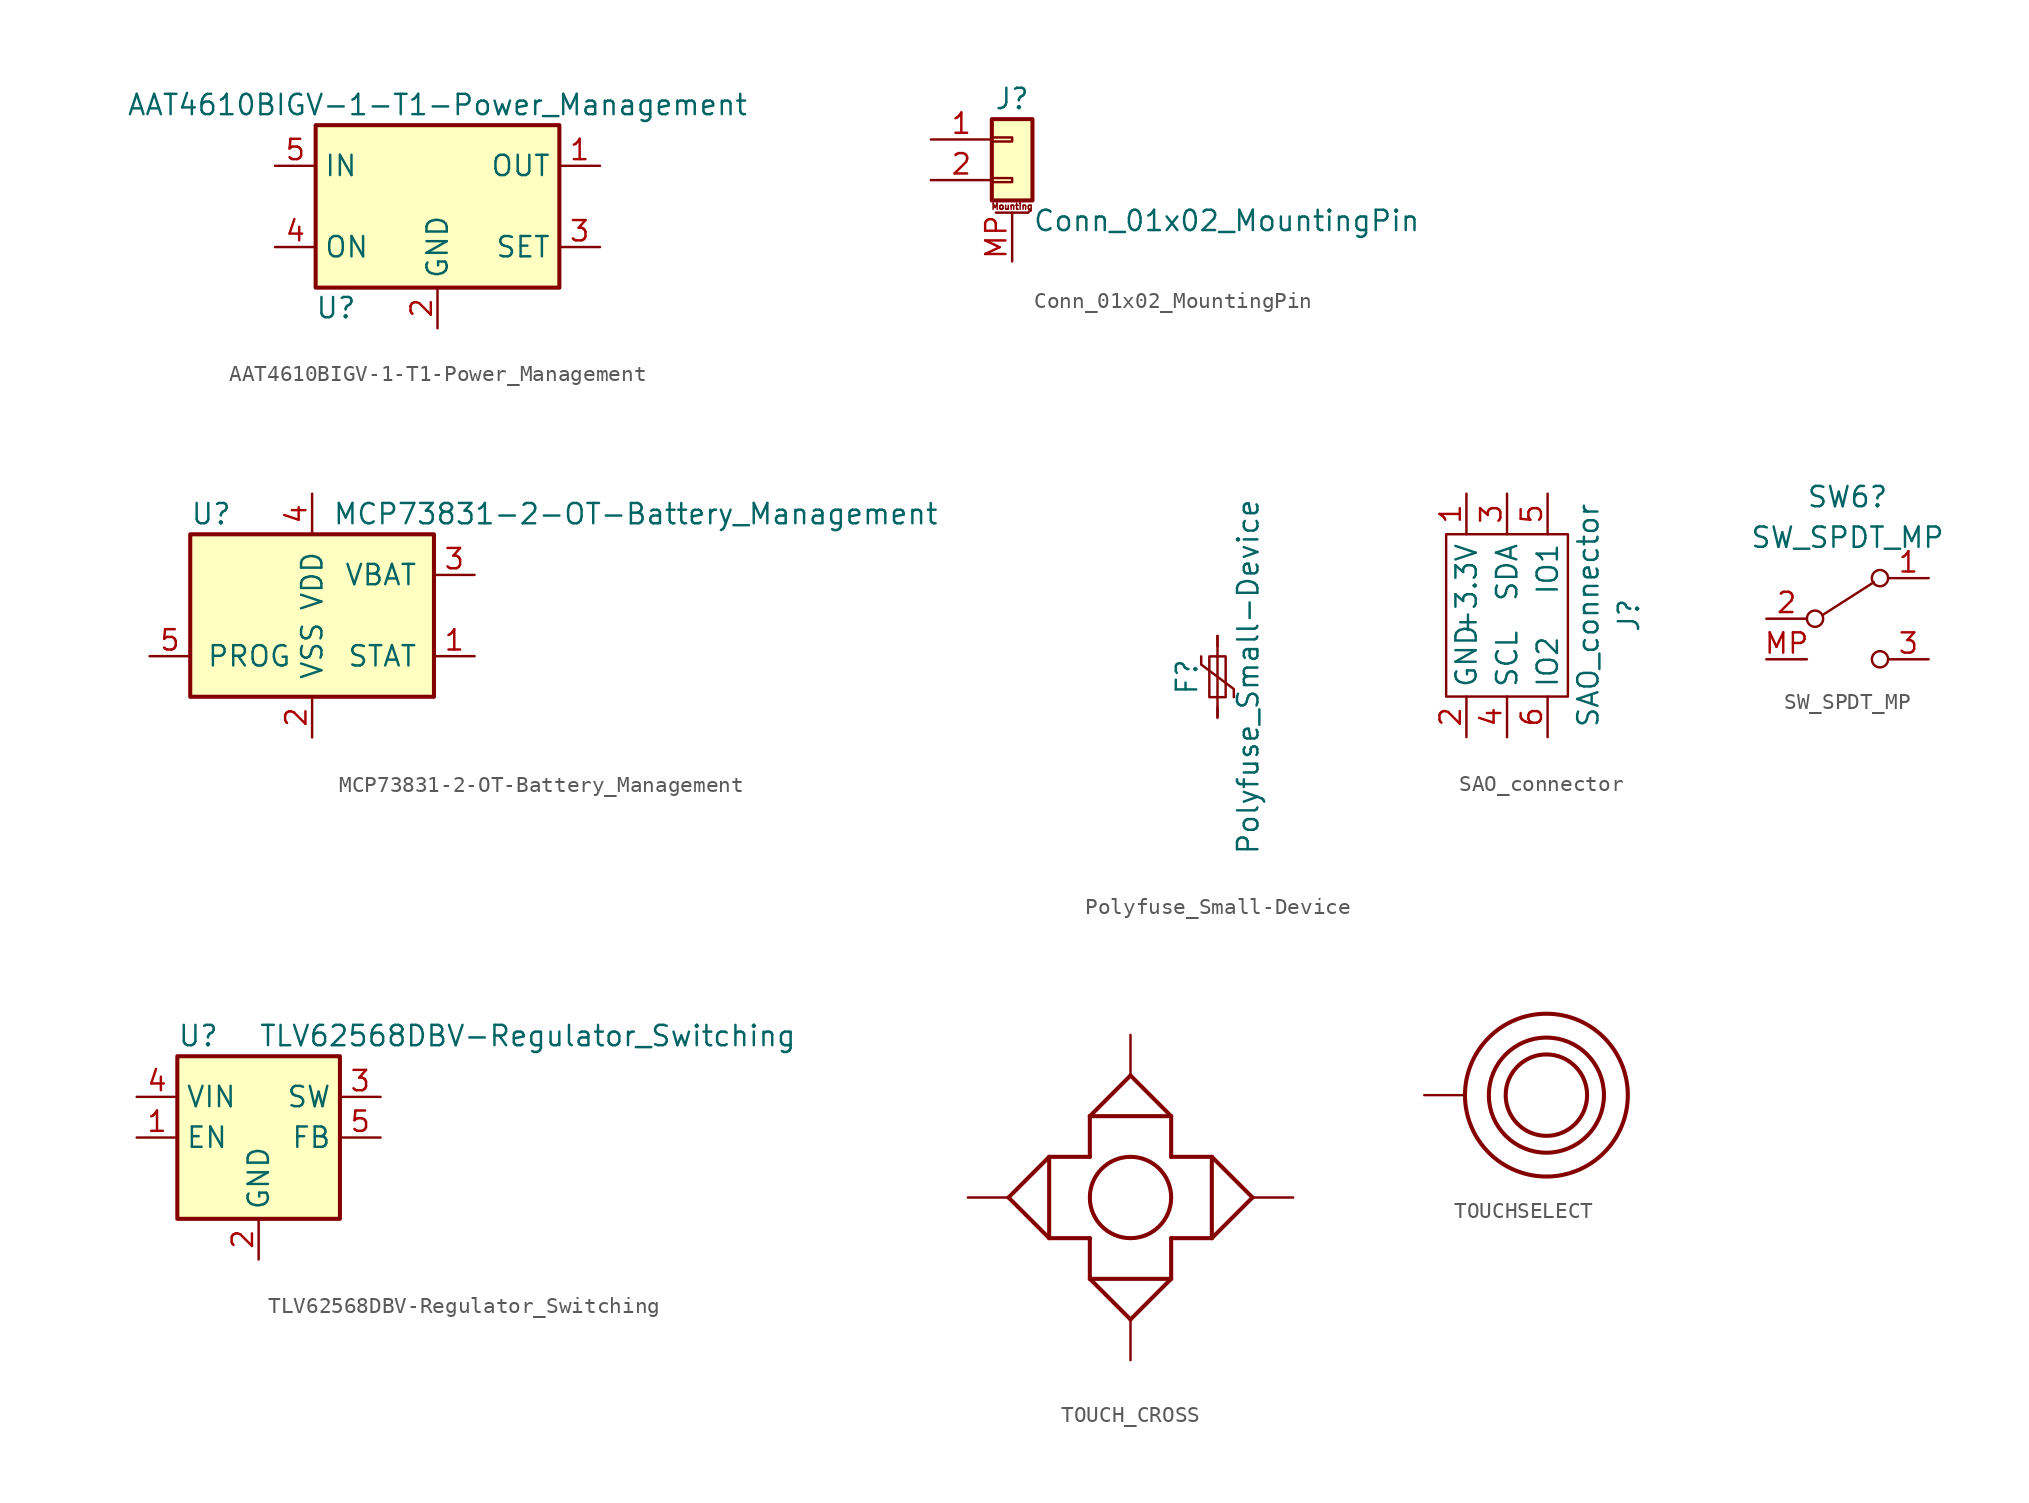
<source format=kicad_sym>
(kicad_symbol_lib
  (version 20231120)
  (generator "kicad_symbol_editor")
  (generator_version "8.0")
  (symbol "AAT4610BIGV-1-T1-Power_Management"
    (property "Reference" "U"
      (at -6.35 -6.35 0)
      (effects (font (size 1.27 1.27))))
    (property "Value" "AAT4610BIGV-1-T1-Power_Management"
      (at 0 6.35 0)
      (effects (font (size 1.27 1.27))))
    (symbol "AAT4610BIGV-1-T1-Power_Management_0_1"
      (rectangle (start -7.62 5.08) (end 7.62 -5.08) (stroke (width 0.254) (type default)) (fill (type background))))
    (symbol "AAT4610BIGV-1-T1-Power_Management_1_1"
      (pin power_out line (at 10.16 2.54 180) (length 2.54) (name "OUT" (effects (font (size 1.27 1.27)))) (number "1" (effects (font (size 1.27 1.27)))))
      (pin power_in line (at 0 -7.62 90) (length 2.54) (name "GND" (effects (font (size 1.27 1.27)))) (number "2" (effects (font (size 1.27 1.27)))))
      (pin passive line (at 10.16 -2.54 180) (length 2.54) (name "SET" (effects (font (size 1.27 1.27)))) (number "3" (effects (font (size 1.27 1.27)))))
      (pin input line (at -10.16 -2.54 0) (length 2.54) (name "ON" (effects (font (size 1.27 1.27)))) (number "4" (effects (font (size 1.27 1.27)))))
      (pin power_in line (at -10.16 2.54 0) (length 2.54) (name "IN" (effects (font (size 1.27 1.27)))) (number "5" (effects (font (size 1.27 1.27)))))))
  (symbol "Conn_01x02_MountingPin"
    (pin_names
      (offset 1.016) hide)
    (property "Reference" "J"
      (at 0 2.54 0)
      (effects (font (size 1.27 1.27))))
    (property "Value" "Conn_01x02_MountingPin"
      (at 1.27 -5.08 0)
      (effects (font (size 1.27 1.27)) (justify left)))
    (symbol "Conn_01x02_MountingPin_1_1"
      (rectangle (start -1.27 -2.413) (end 0 -2.667) (stroke (width 0.152) (type default)) (fill (type none)))
      (rectangle (start -1.27 0.127) (end 0 -0.127) (stroke (width 0.152) (type default)) (fill (type none)))
      (rectangle (start -1.27 1.27) (end 1.27 -3.81) (stroke (width 0.254) (type default)) (fill (type background)))
      (polyline (pts (xy -1.016 -4.572) (xy 1.016 -4.572)) (stroke (width 0.152) (type default)) (fill (type none)))
      (text "Mounting" (at 0 -4.191 0) (effects (font (size 0.381 0.381))))
      (pin passive line (at -5.08 0 0) (length 3.81) (name "Pin_1" (effects (font (size 1.27 1.27)))) (number "1" (effects (font (size 1.27 1.27)))))
      (pin passive line (at -5.08 -2.54 0) (length 3.81) (name "Pin_2" (effects (font (size 1.27 1.27)))) (number "2" (effects (font (size 1.27 1.27)))))
      (pin passive line (at 0 -7.62 90) (length 3.048) (name "MountPin" (effects (font (size 1.27 1.27)))) (number "MP" (effects (font (size 1.27 1.27)))))))
  (symbol "MCP73831-2-OT-Battery_Management"
    (pin_names
      (offset 1.016))
    (property "Reference" "U"
      (at -7.62 6.35 0)
      (effects (font (size 1.27 1.27)) (justify left)))
    (property "Value" "MCP73831-2-OT-Battery_Management"
      (at 1.27 6.35 0)
      (effects (font (size 1.27 1.27)) (justify left)))
    (symbol "MCP73831-2-OT-Battery_Management_0_1"
      (rectangle (start -7.62 5.08) (end 7.62 -5.08) (stroke (width 0.254) (type default)) (fill (type background))))
    (symbol "MCP73831-2-OT-Battery_Management_1_1"
      (pin output line (at 10.16 -2.54 180) (length 2.54) (name "STAT" (effects (font (size 1.27 1.27)))) (number "1" (effects (font (size 1.27 1.27)))))
      (pin power_in line (at 0 -7.62 90) (length 2.54) (name "VSS" (effects (font (size 1.27 1.27)))) (number "2" (effects (font (size 1.27 1.27)))))
      (pin power_out line (at 10.16 2.54 180) (length 2.54) (name "VBAT" (effects (font (size 1.27 1.27)))) (number "3" (effects (font (size 1.27 1.27)))))
      (pin power_in line (at 0 7.62 270) (length 2.54) (name "VDD" (effects (font (size 1.27 1.27)))) (number "4" (effects (font (size 1.27 1.27)))))
      (pin input line (at -10.16 -2.54 0) (length 2.54) (name "PROG" (effects (font (size 1.27 1.27)))) (number "5" (effects (font (size 1.27 1.27)))))))
  (symbol "Polyfuse_Small-Device"
    (pin_numbers hide)
    (pin_names
      (offset 0))
    (property "Reference" "F"
      (at -1.905 0 90)
      (effects (font (size 1.27 1.27))))
    (property "Value" "Polyfuse_Small-Device"
      (at 1.905 0 90)
      (effects (font (size 1.27 1.27))))
    (symbol "Polyfuse_Small-Device_0_1"
      (rectangle (start -0.508 1.27) (end 0.508 -1.27) (stroke (width 0) (type default)) (fill (type none)))
      (polyline (pts (xy 0 2.54) (xy 0 -2.54)) (stroke (width 0) (type default)) (fill (type none)))
      (polyline (pts (xy -1.016 1.27) (xy -1.016 0.762) (xy 1.016 -0.762) (xy 1.016 -1.27)) (stroke (width 0) (type default)) (fill (type none))))
    (symbol "Polyfuse_Small-Device_1_1"
      (pin passive line (at 0 2.54 270) (length 0.635) (name "~" (effects (font (size 1.27 1.27)))) (number "1" (effects (font (size 1.27 1.27)))))
      (pin passive line (at 0 -2.54 90) (length 0.635) (name "~" (effects (font (size 1.27 1.27)))) (number "2" (effects (font (size 1.27 1.27)))))))
  (symbol "SAO_connector"
    (property "Reference" "J"
      (at 7.62 0 90)
      (effects (font (size 1.27 1.27))))
    (property "Value" "SAO_connector"
      (at 5.08 0 90)
      (effects (font (size 1.27 1.27))))
    (symbol "SAO_connector_0_1"
      (rectangle (start -3.81 5.08) (end 3.81 -5.08) (stroke (width 0) (type default)) (fill (type none))))
    (symbol "SAO_connector_1_1"
      (pin bidirectional line (at -2.54 7.62 270) (length 2.54) (name "+3.3V" (effects (font (size 1.27 1.27)))) (number "1" (effects (font (size 1.27 1.27)))))
      (pin bidirectional line (at -2.54 -7.62 90) (length 2.54) (name "GND" (effects (font (size 1.27 1.27)))) (number "2" (effects (font (size 1.27 1.27)))))
      (pin bidirectional line (at 0 7.62 270) (length 2.54) (name "SDA" (effects (font (size 1.27 1.27)))) (number "3" (effects (font (size 1.27 1.27)))))
      (pin bidirectional line (at 0 -7.62 90) (length 2.54) (name "SCL" (effects (font (size 1.27 1.27)))) (number "4" (effects (font (size 1.27 1.27)))))
      (pin bidirectional line (at 2.54 7.62 270) (length 2.54) (name "IO1" (effects (font (size 1.27 1.27)))) (number "5" (effects (font (size 1.27 1.27)))))
      (pin bidirectional line (at 2.54 -7.62 90) (length 2.54) (name "IO2" (effects (font (size 1.27 1.27)))) (number "6" (effects (font (size 1.27 1.27)))))))
  (symbol "SW_SPDT_MP"
    (pin_names
      (offset 0) hide)
    (property "Reference" "SW6"
      (at 0 7.62 0)
      (effects (font (size 1.27 1.27))))
    (property "Value" "SW_SPDT_MP"
      (at 0 5.08 0)
      (effects (font (size 1.27 1.27))))
    (symbol "SW_SPDT_MP_0_0"
      (circle (center -2.032 0) (radius 0.508) (stroke (width 0) (type default)) (fill (type none)))
      (circle (center 2.032 -2.54) (radius 0.508) (stroke (width 0) (type default)) (fill (type none))))
    (symbol "SW_SPDT_MP_0_1"
      (polyline (pts (xy -1.524 0.254) (xy 1.651 2.286)) (stroke (width 0) (type default)) (fill (type none)))
      (circle (center 2.032 2.54) (radius 0.508) (stroke (width 0) (type default)) (fill (type none))))
    (symbol "SW_SPDT_MP_1_1"
      (pin passive line (at 5.08 2.54 180) (length 2.54) (name "A" (effects (font (size 1.27 1.27)))) (number "1" (effects (font (size 1.27 1.27)))))
      (pin passive line (at -5.08 0 0) (length 2.54) (name "B" (effects (font (size 1.27 1.27)))) (number "2" (effects (font (size 1.27 1.27)))))
      (pin passive line (at 5.08 -2.54 180) (length 2.54) (name "C" (effects (font (size 1.27 1.27)))) (number "3" (effects (font (size 1.27 1.27)))))
      (pin passive line (at -5.08 -2.54 0) (length 2.54) (name "MP" (effects (font (size 1.27 1.27)))) (number "MP" (effects (font (size 1.27 1.27)))))))
  (symbol "TLV62568DBV-Regulator_Switching"
    (property "Reference" "U"
      (at -5.08 6.35 0)
      (effects (font (size 1.27 1.27)) (justify left)))
    (property "Value" "TLV62568DBV-Regulator_Switching"
      (at 0 6.35 0)
      (effects (font (size 1.27 1.27)) (justify left)))
    (symbol "TLV62568DBV-Regulator_Switching_0_1"
      (rectangle (start -5.08 5.08) (end 5.08 -5.08) (stroke (width 0.254) (type default)) (fill (type background))))
    (symbol "TLV62568DBV-Regulator_Switching_1_1"
      (pin input line (at -7.62 0 0) (length 2.54) (name "EN" (effects (font (size 1.27 1.27)))) (number "1" (effects (font (size 1.27 1.27)))))
      (pin power_in line (at 0 -7.62 90) (length 2.54) (name "GND" (effects (font (size 1.27 1.27)))) (number "2" (effects (font (size 1.27 1.27)))))
      (pin power_out line (at 7.62 2.54 180) (length 2.54) (name "SW" (effects (font (size 1.27 1.27)))) (number "3" (effects (font (size 1.27 1.27)))))
      (pin power_in line (at -7.62 2.54 0) (length 2.54) (name "VIN" (effects (font (size 1.27 1.27)))) (number "4" (effects (font (size 1.27 1.27)))))
      (pin input line (at 7.62 0 180) (length 2.54) (name "FB" (effects (font (size 1.27 1.27)))) (number "5" (effects (font (size 1.27 1.27)))))))
  (symbol "TOUCH_CROSS"
    (property "Reference" "TB"
      (at 2.54 7.62 0)
      (effects (font (size 2.54 2.159)) (justify left bottom) (hide yes)))
    (property "ki_locked" ""
      (at 0 0 0)
      (effects (font (size 1.27 1.27))))
    (symbol "TOUCH_CROSS_1_0"
      (polyline (pts (xy -7.62 0) (xy -5.08 2.54)) (stroke (width 0.254) (type solid)) (fill (type none)))
      (polyline (pts (xy -5.08 -2.54) (xy -7.62 0)) (stroke (width 0.254) (type solid)) (fill (type none)))
      (polyline (pts (xy -5.08 2.54) (xy -5.08 -2.54)) (stroke (width 0.254) (type solid)) (fill (type none)))
      (polyline (pts (xy -5.08 2.54) (xy -2.54 2.54)) (stroke (width 0.254) (type solid)) (fill (type none)))
      (polyline (pts (xy -2.54 -5.08) (xy -2.54 -2.54)) (stroke (width 0.254) (type solid)) (fill (type none)))
      (polyline (pts (xy -2.54 -5.08) (xy 2.54 -5.08)) (stroke (width 0.254) (type solid)) (fill (type none)))
      (polyline (pts (xy -2.54 -2.54) (xy -5.08 -2.54)) (stroke (width 0.254) (type solid)) (fill (type none)))
      (polyline (pts (xy -2.54 2.54) (xy -2.54 5.08)) (stroke (width 0.254) (type solid)) (fill (type none)))
      (polyline (pts (xy -2.54 5.08) (xy 0 7.62)) (stroke (width 0.254) (type solid)) (fill (type none)))
      (polyline (pts (xy -2.54 5.08) (xy 2.54 5.08)) (stroke (width 0.254) (type solid)) (fill (type none)))
      (polyline (pts (xy 0 -7.62) (xy -2.54 -5.08)) (stroke (width 0.254) (type solid)) (fill (type none)))
      (polyline (pts (xy 0 7.62) (xy 2.54 5.08)) (stroke (width 0.254) (type solid)) (fill (type none)))
      (polyline (pts (xy 2.54 -5.08) (xy 0 -7.62)) (stroke (width 0.254) (type solid)) (fill (type none)))
      (polyline (pts (xy 2.54 -2.54) (xy 2.54 -5.08)) (stroke (width 0.254) (type solid)) (fill (type none)))
      (polyline (pts (xy 2.54 2.54) (xy 5.08 2.54)) (stroke (width 0.254) (type solid)) (fill (type none)))
      (polyline (pts (xy 2.54 5.08) (xy 2.54 2.54)) (stroke (width 0.254) (type solid)) (fill (type none)))
      (polyline (pts (xy 5.08 -2.54) (xy 2.54 -2.54)) (stroke (width 0.254) (type solid)) (fill (type none)))
      (polyline (pts (xy 5.08 2.54) (xy 5.08 -2.54)) (stroke (width 0.254) (type solid)) (fill (type none)))
      (polyline (pts (xy 5.08 2.54) (xy 7.62 0)) (stroke (width 0.254) (type solid)) (fill (type none)))
      (polyline (pts (xy 7.62 0) (xy 5.08 -2.54)) (stroke (width 0.254) (type solid)) (fill (type none)))
      (circle (center 0 0) (radius 2.54) (stroke (width 0.254) (type solid)) (fill (type none)))
      (pin bidirectional line (at 0 10.16 270) (length 2.54) (name "1" (effects (font (size 0 0)))) (number "1" (effects (font (size 0 0)))))
      (pin bidirectional line (at 10.16 0 180) (length 2.54) (name "2" (effects (font (size 0 0)))) (number "2" (effects (font (size 0 0)))))
      (pin bidirectional line (at 0 -10.16 90) (length 2.54) (name "3" (effects (font (size 0 0)))) (number "3" (effects (font (size 0 0)))))
      (pin bidirectional line (at -10.16 0 0) (length 2.54) (name "4" (effects (font (size 0 0)))) (number "4" (effects (font (size 0 0)))))))
  (symbol "TOUCHSELECT"
    (property "Reference" "TB"
      (at 2.54 5.08 0)
      (effects (font (size 2.54 2.159)) (justify left bottom) (hide yes)))
    (property "ki_locked" ""
      (at 0 0 0)
      (effects (font (size 1.27 1.27))))
    (symbol "TOUCHSELECT_1_0"
      (circle (center 0 0) (radius 2.54) (stroke (width 0.254) (type solid)) (fill (type none)))
      (circle (center 0 0) (radius 3.592) (stroke (width 0.254) (type solid)) (fill (type none)))
      (circle (center 0 0) (radius 5.08) (stroke (width 0.254) (type solid)) (fill (type none)))
      (pin bidirectional line (at -7.62 0 0) (length 2.54) (name "1" (effects (font (size 0 0)))) (number "1" (effects (font (size 0 0))))))))
</source>
